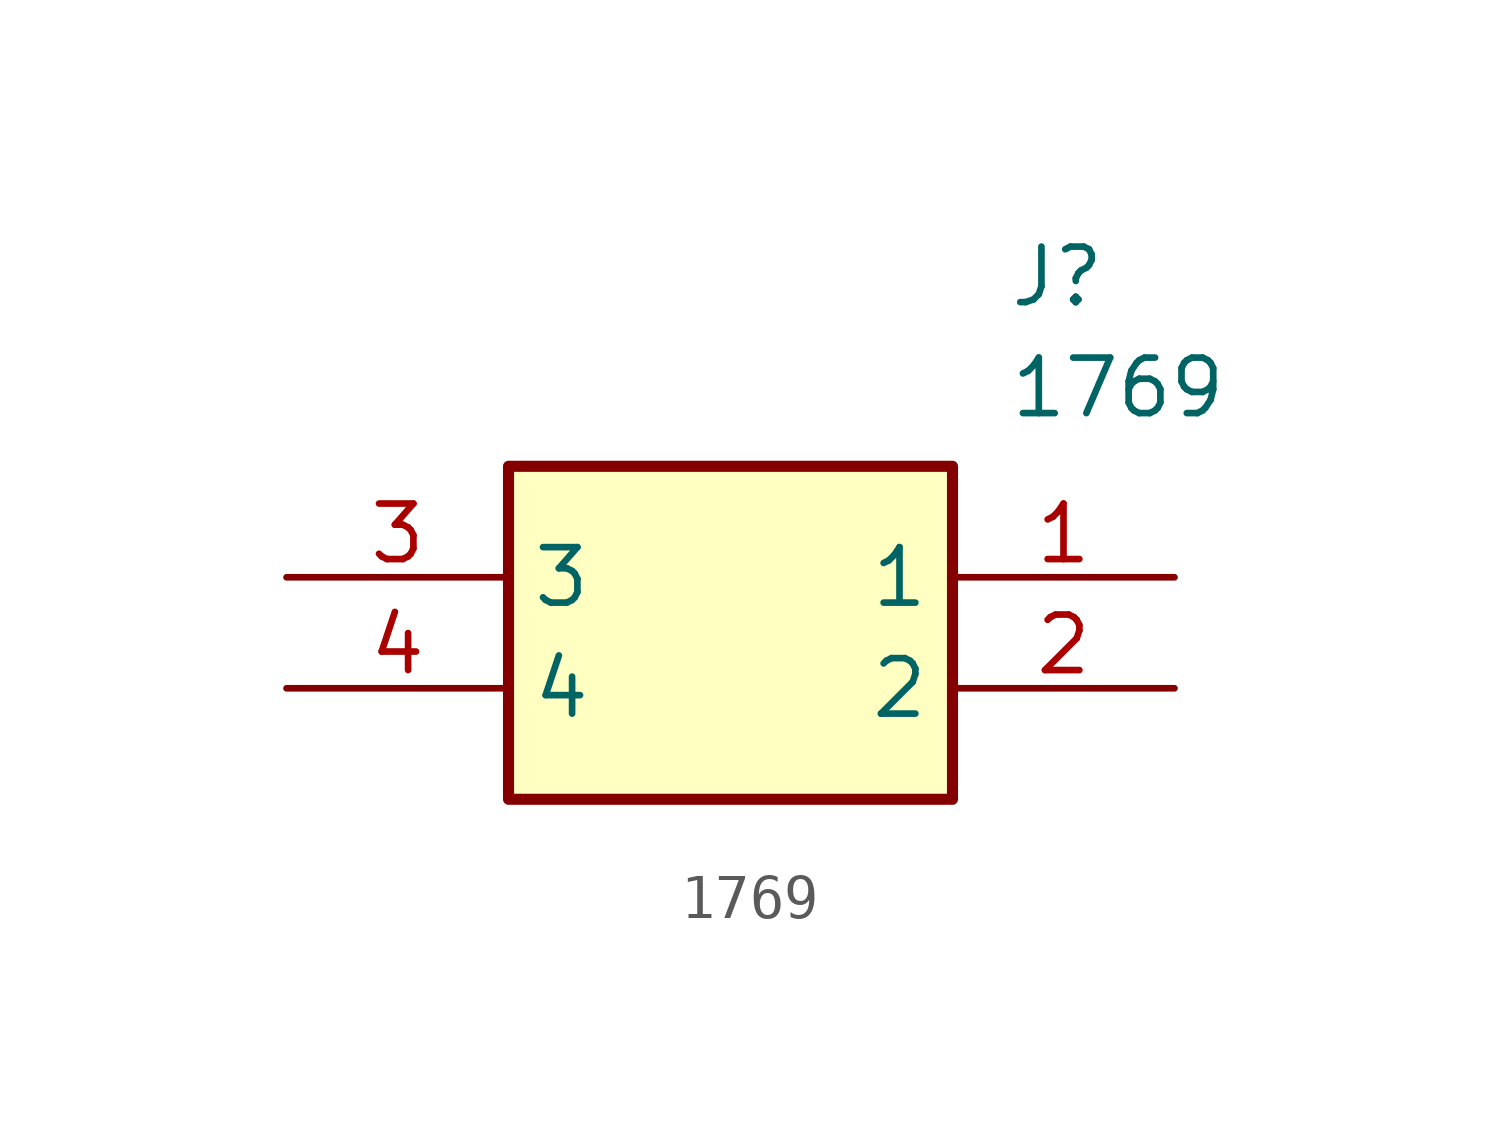
<source format=kicad_sym>
(kicad_symbol_lib
  (version 20211014)
  (generator SamacSys_ECAD_Model)
  (symbol "1769"
    (property "Reference" "J"
      (at 16.51 7.62 0)
      (effects (font (size 1.27 1.27)) (justify left top)))
    (property "Value" "1769"
      (at 16.51 5.08 0)
      (effects (font (size 1.27 1.27)) (justify left top)))
    (rectangle
      (start 5.08 2.54)
      (end 15.24 -5.08)
      (stroke (width 0.254) (type default))
      (fill (type background)))
    (pin passive line
      (at 20.32 0 180)
      (length 5.08)
      (name "1" (effects (font (size 1.27 1.27))))
      (number "1" (effects (font (size 1.27 1.27)))))
    (pin passive line
      (at 20.32 -2.54 180)
      (length 5.08)
      (name "2" (effects (font (size 1.27 1.27))))
      (number "2" (effects (font (size 1.27 1.27)))))
    (pin passive line
      (at 0 0 0)
      (length 5.08)
      (name "3" (effects (font (size 1.27 1.27))))
      (number "3" (effects (font (size 1.27 1.27)))))
    (pin passive line
      (at 0 -2.54 0)
      (length 5.08)
      (name "4" (effects (font (size 1.27 1.27))))
      (number "4" (effects (font (size 1.27 1.27)))))))
</source>
